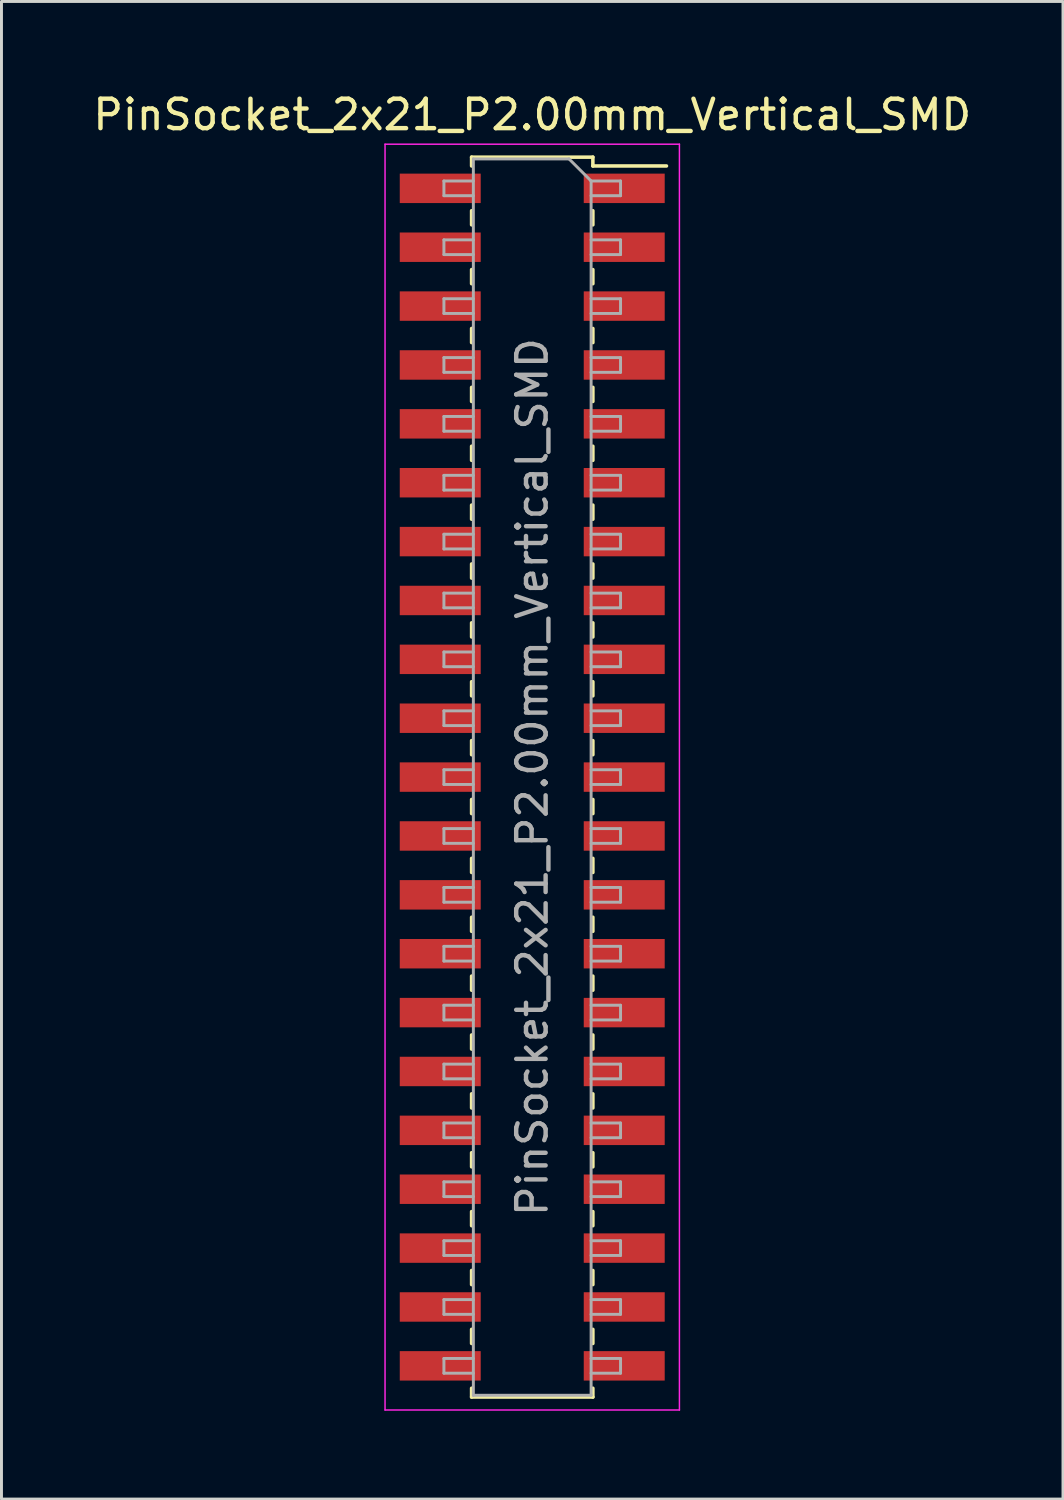
<source format=kicad_pcb>
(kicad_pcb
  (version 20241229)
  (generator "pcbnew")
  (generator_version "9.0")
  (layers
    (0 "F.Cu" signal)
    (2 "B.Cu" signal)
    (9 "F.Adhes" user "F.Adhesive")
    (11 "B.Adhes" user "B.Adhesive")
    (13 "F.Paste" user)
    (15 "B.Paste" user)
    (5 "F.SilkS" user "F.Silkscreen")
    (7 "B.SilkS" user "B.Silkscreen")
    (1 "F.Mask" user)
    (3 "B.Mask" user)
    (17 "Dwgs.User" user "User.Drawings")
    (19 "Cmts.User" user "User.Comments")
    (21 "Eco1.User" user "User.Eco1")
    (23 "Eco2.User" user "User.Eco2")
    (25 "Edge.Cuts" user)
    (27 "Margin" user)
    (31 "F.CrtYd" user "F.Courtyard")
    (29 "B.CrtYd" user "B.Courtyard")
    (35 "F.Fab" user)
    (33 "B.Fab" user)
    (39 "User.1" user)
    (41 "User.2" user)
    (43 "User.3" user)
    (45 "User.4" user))
  (footprint "PinSocket_2x21_P2.00mm_Vertical_SMD"
    (layer "F.Cu")
    (at 15.03 23.348)
    (property "Reference" "PinSocket_2x21_P2.00mm_Vertical_SMD" (at 0 -22.5 0) (layer "F.SilkS") (effects (font (size 1 1) (thickness 0.15))))
    (attr smd)
    (fp_line (start -2.06 -21.06) (end 2.06 -21.06) (stroke (width 0.12) (type solid)) (layer "F.SilkS"))
    (fp_line (start -2.06 -20.76) (end -2.06 -21.06) (stroke (width 0.12) (type solid)) (layer "F.SilkS"))
    (fp_line (start -2.06 -19.24) (end -2.06 -18.76) (stroke (width 0.12) (type solid)) (layer "F.SilkS"))
    (fp_line (start -2.06 -17.24) (end -2.06 -16.76) (stroke (width 0.12) (type solid)) (layer "F.SilkS"))
    (fp_line (start -2.06 -15.24) (end -2.06 -14.76) (stroke (width 0.12) (type solid)) (layer "F.SilkS"))
    (fp_line (start -2.06 -13.24) (end -2.06 -12.76) (stroke (width 0.12) (type solid)) (layer "F.SilkS"))
    (fp_line (start -2.06 -11.24) (end -2.06 -10.76) (stroke (width 0.12) (type solid)) (layer "F.SilkS"))
    (fp_line (start -2.06 -9.24) (end -2.06 -8.76) (stroke (width 0.12) (type solid)) (layer "F.SilkS"))
    (fp_line (start -2.06 -7.24) (end -2.06 -6.76) (stroke (width 0.12) (type solid)) (layer "F.SilkS"))
    (fp_line (start -2.06 -5.24) (end -2.06 -4.76) (stroke (width 0.12) (type solid)) (layer "F.SilkS"))
    (fp_line (start -2.06 -3.24) (end -2.06 -2.76) (stroke (width 0.12) (type solid)) (layer "F.SilkS"))
    (fp_line (start -2.06 -1.24) (end -2.06 -0.76) (stroke (width 0.12) (type solid)) (layer "F.SilkS"))
    (fp_line (start -2.06 0.76) (end -2.06 1.24) (stroke (width 0.12) (type solid)) (layer "F.SilkS"))
    (fp_line (start -2.06 2.76) (end -2.06 3.24) (stroke (width 0.12) (type solid)) (layer "F.SilkS"))
    (fp_line (start -2.06 4.76) (end -2.06 5.24) (stroke (width 0.12) (type solid)) (layer "F.SilkS"))
    (fp_line (start -2.06 6.76) (end -2.06 7.24) (stroke (width 0.12) (type solid)) (layer "F.SilkS"))
    (fp_line (start -2.06 8.76) (end -2.06 9.24) (stroke (width 0.12) (type solid)) (layer "F.SilkS"))
    (fp_line (start -2.06 10.76) (end -2.06 11.24) (stroke (width 0.12) (type solid)) (layer "F.SilkS"))
    (fp_line (start -2.06 12.76) (end -2.06 13.24) (stroke (width 0.12) (type solid)) (layer "F.SilkS"))
    (fp_line (start -2.06 14.76) (end -2.06 15.24) (stroke (width 0.12) (type solid)) (layer "F.SilkS"))
    (fp_line (start -2.06 16.76) (end -2.06 17.24) (stroke (width 0.12) (type solid)) (layer "F.SilkS"))
    (fp_line (start -2.06 18.76) (end -2.06 19.24) (stroke (width 0.12) (type solid)) (layer "F.SilkS"))
    (fp_line (start -2.06 21.06) (end -2.06 20.76) (stroke (width 0.12) (type solid)) (layer "F.SilkS"))
    (fp_line (start 2.06 -21.06) (end 2.06 -20.76) (stroke (width 0.12) (type solid)) (layer "F.SilkS"))
    (fp_line (start 2.06 -20.76) (end 4.56 -20.76) (stroke (width 0.12) (type solid)) (layer "F.SilkS"))
    (fp_line (start 2.06 -18.76) (end 2.06 -19.24) (stroke (width 0.12) (type solid)) (layer "F.SilkS"))
    (fp_line (start 2.06 -16.76) (end 2.06 -17.24) (stroke (width 0.12) (type solid)) (layer "F.SilkS"))
    (fp_line (start 2.06 -14.76) (end 2.06 -15.24) (stroke (width 0.12) (type solid)) (layer "F.SilkS"))
    (fp_line (start 2.06 -12.76) (end 2.06 -13.24) (stroke (width 0.12) (type solid)) (layer "F.SilkS"))
    (fp_line (start 2.06 -10.76) (end 2.06 -11.24) (stroke (width 0.12) (type solid)) (layer "F.SilkS"))
    (fp_line (start 2.06 -8.76) (end 2.06 -9.24) (stroke (width 0.12) (type solid)) (layer "F.SilkS"))
    (fp_line (start 2.06 -6.76) (end 2.06 -7.24) (stroke (width 0.12) (type solid)) (layer "F.SilkS"))
    (fp_line (start 2.06 -4.76) (end 2.06 -5.24) (stroke (width 0.12) (type solid)) (layer "F.SilkS"))
    (fp_line (start 2.06 -2.76) (end 2.06 -3.24) (stroke (width 0.12) (type solid)) (layer "F.SilkS"))
    (fp_line (start 2.06 -0.76) (end 2.06 -1.24) (stroke (width 0.12) (type solid)) (layer "F.SilkS"))
    (fp_line (start 2.06 1.24) (end 2.06 0.76) (stroke (width 0.12) (type solid)) (layer "F.SilkS"))
    (fp_line (start 2.06 3.24) (end 2.06 2.76) (stroke (width 0.12) (type solid)) (layer "F.SilkS"))
    (fp_line (start 2.06 5.24) (end 2.06 4.76) (stroke (width 0.12) (type solid)) (layer "F.SilkS"))
    (fp_line (start 2.06 7.24) (end 2.06 6.76) (stroke (width 0.12) (type solid)) (layer "F.SilkS"))
    (fp_line (start 2.06 9.24) (end 2.06 8.76) (stroke (width 0.12) (type solid)) (layer "F.SilkS"))
    (fp_line (start 2.06 11.24) (end 2.06 10.76) (stroke (width 0.12) (type solid)) (layer "F.SilkS"))
    (fp_line (start 2.06 13.24) (end 2.06 12.76) (stroke (width 0.12) (type solid)) (layer "F.SilkS"))
    (fp_line (start 2.06 15.24) (end 2.06 14.76) (stroke (width 0.12) (type solid)) (layer "F.SilkS"))
    (fp_line (start 2.06 17.24) (end 2.06 16.76) (stroke (width 0.12) (type solid)) (layer "F.SilkS"))
    (fp_line (start 2.06 19.24) (end 2.06 18.76) (stroke (width 0.12) (type solid)) (layer "F.SilkS"))
    (fp_line (start 2.06 20.76) (end 2.06 21.06) (stroke (width 0.12) (type solid)) (layer "F.SilkS"))
    (fp_line (start 2.06 21.06) (end -2.06 21.06) (stroke (width 0.12) (type solid)) (layer "F.SilkS"))
    (fp_line (start -5 -21.5) (end 5 -21.5) (stroke (width 0.05) (type solid)) (layer "F.CrtYd"))
    (fp_line (start -5 21.5) (end -5 -21.5) (stroke (width 0.05) (type solid)) (layer "F.CrtYd"))
    (fp_line (start 5 -21.5) (end 5 21.5) (stroke (width 0.05) (type solid)) (layer "F.CrtYd"))
    (fp_line (start 5 21.5) (end -5 21.5) (stroke (width 0.05) (type solid)) (layer "F.CrtYd"))
    (fp_line (start -3 -20.25) (end -2 -20.25) (stroke (width 0.1) (type solid)) (layer "F.Fab"))
    (fp_line (start -3 -19.75) (end -3 -20.25) (stroke (width 0.1) (type solid)) (layer "F.Fab"))
    (fp_line (start -3 -18.25) (end -2 -18.25) (stroke (width 0.1) (type solid)) (layer "F.Fab"))
    (fp_line (start -3 -17.75) (end -3 -18.25) (stroke (width 0.1) (type solid)) (layer "F.Fab"))
    (fp_line (start -3 -16.25) (end -2 -16.25) (stroke (width 0.1) (type solid)) (layer "F.Fab"))
    (fp_line (start -3 -15.75) (end -3 -16.25) (stroke (width 0.1) (type solid)) (layer "F.Fab"))
    (fp_line (start -3 -14.25) (end -2 -14.25) (stroke (width 0.1) (type solid)) (layer "F.Fab"))
    (fp_line (start -3 -13.75) (end -3 -14.25) (stroke (width 0.1) (type solid)) (layer "F.Fab"))
    (fp_line (start -3 -12.25) (end -2 -12.25) (stroke (width 0.1) (type solid)) (layer "F.Fab"))
    (fp_line (start -3 -11.75) (end -3 -12.25) (stroke (width 0.1) (type solid)) (layer "F.Fab"))
    (fp_line (start -3 -10.25) (end -2 -10.25) (stroke (width 0.1) (type solid)) (layer "F.Fab"))
    (fp_line (start -3 -9.75) (end -3 -10.25) (stroke (width 0.1) (type solid)) (layer "F.Fab"))
    (fp_line (start -3 -8.25) (end -2 -8.25) (stroke (width 0.1) (type solid)) (layer "F.Fab"))
    (fp_line (start -3 -7.75) (end -3 -8.25) (stroke (width 0.1) (type solid)) (layer "F.Fab"))
    (fp_line (start -3 -6.25) (end -2 -6.25) (stroke (width 0.1) (type solid)) (layer "F.Fab"))
    (fp_line (start -3 -5.75) (end -3 -6.25) (stroke (width 0.1) (type solid)) (layer "F.Fab"))
    (fp_line (start -3 -4.25) (end -2 -4.25) (stroke (width 0.1) (type solid)) (layer "F.Fab"))
    (fp_line (start -3 -3.75) (end -3 -4.25) (stroke (width 0.1) (type solid)) (layer "F.Fab"))
    (fp_line (start -3 -2.25) (end -2 -2.25) (stroke (width 0.1) (type solid)) (layer "F.Fab"))
    (fp_line (start -3 -1.75) (end -3 -2.25) (stroke (width 0.1) (type solid)) (layer "F.Fab"))
    (fp_line (start -3 -0.25) (end -2 -0.25) (stroke (width 0.1) (type solid)) (layer "F.Fab"))
    (fp_line (start -3 0.25) (end -3 -0.25) (stroke (width 0.1) (type solid)) (layer "F.Fab"))
    (fp_line (start -3 1.75) (end -2 1.75) (stroke (width 0.1) (type solid)) (layer "F.Fab"))
    (fp_line (start -3 2.25) (end -3 1.75) (stroke (width 0.1) (type solid)) (layer "F.Fab"))
    (fp_line (start -3 3.75) (end -2 3.75) (stroke (width 0.1) (type solid)) (layer "F.Fab"))
    (fp_line (start -3 4.25) (end -3 3.75) (stroke (width 0.1) (type solid)) (layer "F.Fab"))
    (fp_line (start -3 5.75) (end -2 5.75) (stroke (width 0.1) (type solid)) (layer "F.Fab"))
    (fp_line (start -3 6.25) (end -3 5.75) (stroke (width 0.1) (type solid)) (layer "F.Fab"))
    (fp_line (start -3 7.75) (end -2 7.75) (stroke (width 0.1) (type solid)) (layer "F.Fab"))
    (fp_line (start -3 8.25) (end -3 7.75) (stroke (width 0.1) (type solid)) (layer "F.Fab"))
    (fp_line (start -3 9.75) (end -2 9.75) (stroke (width 0.1) (type solid)) (layer "F.Fab"))
    (fp_line (start -3 10.25) (end -3 9.75) (stroke (width 0.1) (type solid)) (layer "F.Fab"))
    (fp_line (start -3 11.75) (end -2 11.75) (stroke (width 0.1) (type solid)) (layer "F.Fab"))
    (fp_line (start -3 12.25) (end -3 11.75) (stroke (width 0.1) (type solid)) (layer "F.Fab"))
    (fp_line (start -3 13.75) (end -2 13.75) (stroke (width 0.1) (type solid)) (layer "F.Fab"))
    (fp_line (start -3 14.25) (end -3 13.75) (stroke (width 0.1) (type solid)) (layer "F.Fab"))
    (fp_line (start -3 15.75) (end -2 15.75) (stroke (width 0.1) (type solid)) (layer "F.Fab"))
    (fp_line (start -3 16.25) (end -3 15.75) (stroke (width 0.1) (type solid)) (layer "F.Fab"))
    (fp_line (start -3 17.75) (end -2 17.75) (stroke (width 0.1) (type solid)) (layer "F.Fab"))
    (fp_line (start -3 18.25) (end -3 17.75) (stroke (width 0.1) (type solid)) (layer "F.Fab"))
    (fp_line (start -3 19.75) (end -2 19.75) (stroke (width 0.1) (type solid)) (layer "F.Fab"))
    (fp_line (start -3 20.25) (end -3 19.75) (stroke (width 0.1) (type solid)) (layer "F.Fab"))
    (fp_line (start -2 -21) (end 1.25 -21) (stroke (width 0.1) (type solid)) (layer "F.Fab"))
    (fp_line (start -2 -19.75) (end -3 -19.75) (stroke (width 0.1) (type solid)) (layer "F.Fab"))
    (fp_line (start -2 -17.75) (end -3 -17.75) (stroke (width 0.1) (type solid)) (layer "F.Fab"))
    (fp_line (start -2 -15.75) (end -3 -15.75) (stroke (width 0.1) (type solid)) (layer "F.Fab"))
    (fp_line (start -2 -13.75) (end -3 -13.75) (stroke (width 0.1) (type solid)) (layer "F.Fab"))
    (fp_line (start -2 -11.75) (end -3 -11.75) (stroke (width 0.1) (type solid)) (layer "F.Fab"))
    (fp_line (start -2 -9.75) (end -3 -9.75) (stroke (width 0.1) (type solid)) (layer "F.Fab"))
    (fp_line (start -2 -7.75) (end -3 -7.75) (stroke (width 0.1) (type solid)) (layer "F.Fab"))
    (fp_line (start -2 -5.75) (end -3 -5.75) (stroke (width 0.1) (type solid)) (layer "F.Fab"))
    (fp_line (start -2 -3.75) (end -3 -3.75) (stroke (width 0.1) (type solid)) (layer "F.Fab"))
    (fp_line (start -2 -1.75) (end -3 -1.75) (stroke (width 0.1) (type solid)) (layer "F.Fab"))
    (fp_line (start -2 0.25) (end -3 0.25) (stroke (width 0.1) (type solid)) (layer "F.Fab"))
    (fp_line (start -2 2.25) (end -3 2.25) (stroke (width 0.1) (type solid)) (layer "F.Fab"))
    (fp_line (start -2 4.25) (end -3 4.25) (stroke (width 0.1) (type solid)) (layer "F.Fab"))
    (fp_line (start -2 6.25) (end -3 6.25) (stroke (width 0.1) (type solid)) (layer "F.Fab"))
    (fp_line (start -2 8.25) (end -3 8.25) (stroke (width 0.1) (type solid)) (layer "F.Fab"))
    (fp_line (start -2 10.25) (end -3 10.25) (stroke (width 0.1) (type solid)) (layer "F.Fab"))
    (fp_line (start -2 12.25) (end -3 12.25) (stroke (width 0.1) (type solid)) (layer "F.Fab"))
    (fp_line (start -2 14.25) (end -3 14.25) (stroke (width 0.1) (type solid)) (layer "F.Fab"))
    (fp_line (start -2 16.25) (end -3 16.25) (stroke (width 0.1) (type solid)) (layer "F.Fab"))
    (fp_line (start -2 18.25) (end -3 18.25) (stroke (width 0.1) (type solid)) (layer "F.Fab"))
    (fp_line (start -2 20.25) (end -3 20.25) (stroke (width 0.1) (type solid)) (layer "F.Fab"))
    (fp_line (start -2 21) (end -2 -21) (stroke (width 0.1) (type solid)) (layer "F.Fab"))
    (fp_line (start 1.25 -21) (end 2 -20.25) (stroke (width 0.1) (type solid)) (layer "F.Fab"))
    (fp_line (start 2 -20.25) (end 2 21) (stroke (width 0.1) (type solid)) (layer "F.Fab"))
    (fp_line (start 2 -20.25) (end 3 -20.25) (stroke (width 0.1) (type solid)) (layer "F.Fab"))
    (fp_line (start 2 -18.25) (end 3 -18.25) (stroke (width 0.1) (type solid)) (layer "F.Fab"))
    (fp_line (start 2 -16.25) (end 3 -16.25) (stroke (width 0.1) (type solid)) (layer "F.Fab"))
    (fp_line (start 2 -14.25) (end 3 -14.25) (stroke (width 0.1) (type solid)) (layer "F.Fab"))
    (fp_line (start 2 -12.25) (end 3 -12.25) (stroke (width 0.1) (type solid)) (layer "F.Fab"))
    (fp_line (start 2 -10.25) (end 3 -10.25) (stroke (width 0.1) (type solid)) (layer "F.Fab"))
    (fp_line (start 2 -8.25) (end 3 -8.25) (stroke (width 0.1) (type solid)) (layer "F.Fab"))
    (fp_line (start 2 -6.25) (end 3 -6.25) (stroke (width 0.1) (type solid)) (layer "F.Fab"))
    (fp_line (start 2 -4.25) (end 3 -4.25) (stroke (width 0.1) (type solid)) (layer "F.Fab"))
    (fp_line (start 2 -2.25) (end 3 -2.25) (stroke (width 0.1) (type solid)) (layer "F.Fab"))
    (fp_line (start 2 -0.25) (end 3 -0.25) (stroke (width 0.1) (type solid)) (layer "F.Fab"))
    (fp_line (start 2 1.75) (end 3 1.75) (stroke (width 0.1) (type solid)) (layer "F.Fab"))
    (fp_line (start 2 3.75) (end 3 3.75) (stroke (width 0.1) (type solid)) (layer "F.Fab"))
    (fp_line (start 2 5.75) (end 3 5.75) (stroke (width 0.1) (type solid)) (layer "F.Fab"))
    (fp_line (start 2 7.75) (end 3 7.75) (stroke (width 0.1) (type solid)) (layer "F.Fab"))
    (fp_line (start 2 9.75) (end 3 9.75) (stroke (width 0.1) (type solid)) (layer "F.Fab"))
    (fp_line (start 2 11.75) (end 3 11.75) (stroke (width 0.1) (type solid)) (layer "F.Fab"))
    (fp_line (start 2 13.75) (end 3 13.75) (stroke (width 0.1) (type solid)) (layer "F.Fab"))
    (fp_line (start 2 15.75) (end 3 15.75) (stroke (width 0.1) (type solid)) (layer "F.Fab"))
    (fp_line (start 2 17.75) (end 3 17.75) (stroke (width 0.1) (type solid)) (layer "F.Fab"))
    (fp_line (start 2 19.75) (end 3 19.75) (stroke (width 0.1) (type solid)) (layer "F.Fab"))
    (fp_line (start 2 21) (end -2 21) (stroke (width 0.1) (type solid)) (layer "F.Fab"))
    (fp_line (start 3 -20.25) (end 3 -19.75) (stroke (width 0.1) (type solid)) (layer "F.Fab"))
    (fp_line (start 3 -19.75) (end 2 -19.75) (stroke (width 0.1) (type solid)) (layer "F.Fab"))
    (fp_line (start 3 -18.25) (end 3 -17.75) (stroke (width 0.1) (type solid)) (layer "F.Fab"))
    (fp_line (start 3 -17.75) (end 2 -17.75) (stroke (width 0.1) (type solid)) (layer "F.Fab"))
    (fp_line (start 3 -16.25) (end 3 -15.75) (stroke (width 0.1) (type solid)) (layer "F.Fab"))
    (fp_line (start 3 -15.75) (end 2 -15.75) (stroke (width 0.1) (type solid)) (layer "F.Fab"))
    (fp_line (start 3 -14.25) (end 3 -13.75) (stroke (width 0.1) (type solid)) (layer "F.Fab"))
    (fp_line (start 3 -13.75) (end 2 -13.75) (stroke (width 0.1) (type solid)) (layer "F.Fab"))
    (fp_line (start 3 -12.25) (end 3 -11.75) (stroke (width 0.1) (type solid)) (layer "F.Fab"))
    (fp_line (start 3 -11.75) (end 2 -11.75) (stroke (width 0.1) (type solid)) (layer "F.Fab"))
    (fp_line (start 3 -10.25) (end 3 -9.75) (stroke (width 0.1) (type solid)) (layer "F.Fab"))
    (fp_line (start 3 -9.75) (end 2 -9.75) (stroke (width 0.1) (type solid)) (layer "F.Fab"))
    (fp_line (start 3 -8.25) (end 3 -7.75) (stroke (width 0.1) (type solid)) (layer "F.Fab"))
    (fp_line (start 3 -7.75) (end 2 -7.75) (stroke (width 0.1) (type solid)) (layer "F.Fab"))
    (fp_line (start 3 -6.25) (end 3 -5.75) (stroke (width 0.1) (type solid)) (layer "F.Fab"))
    (fp_line (start 3 -5.75) (end 2 -5.75) (stroke (width 0.1) (type solid)) (layer "F.Fab"))
    (fp_line (start 3 -4.25) (end 3 -3.75) (stroke (width 0.1) (type solid)) (layer "F.Fab"))
    (fp_line (start 3 -3.75) (end 2 -3.75) (stroke (width 0.1) (type solid)) (layer "F.Fab"))
    (fp_line (start 3 -2.25) (end 3 -1.75) (stroke (width 0.1) (type solid)) (layer "F.Fab"))
    (fp_line (start 3 -1.75) (end 2 -1.75) (stroke (width 0.1) (type solid)) (layer "F.Fab"))
    (fp_line (start 3 -0.25) (end 3 0.25) (stroke (width 0.1) (type solid)) (layer "F.Fab"))
    (fp_line (start 3 0.25) (end 2 0.25) (stroke (width 0.1) (type solid)) (layer "F.Fab"))
    (fp_line (start 3 1.75) (end 3 2.25) (stroke (width 0.1) (type solid)) (layer "F.Fab"))
    (fp_line (start 3 2.25) (end 2 2.25) (stroke (width 0.1) (type solid)) (layer "F.Fab"))
    (fp_line (start 3 3.75) (end 3 4.25) (stroke (width 0.1) (type solid)) (layer "F.Fab"))
    (fp_line (start 3 4.25) (end 2 4.25) (stroke (width 0.1) (type solid)) (layer "F.Fab"))
    (fp_line (start 3 5.75) (end 3 6.25) (stroke (width 0.1) (type solid)) (layer "F.Fab"))
    (fp_line (start 3 6.25) (end 2 6.25) (stroke (width 0.1) (type solid)) (layer "F.Fab"))
    (fp_line (start 3 7.75) (end 3 8.25) (stroke (width 0.1) (type solid)) (layer "F.Fab"))
    (fp_line (start 3 8.25) (end 2 8.25) (stroke (width 0.1) (type solid)) (layer "F.Fab"))
    (fp_line (start 3 9.75) (end 3 10.25) (stroke (width 0.1) (type solid)) (layer "F.Fab"))
    (fp_line (start 3 10.25) (end 2 10.25) (stroke (width 0.1) (type solid)) (layer "F.Fab"))
    (fp_line (start 3 11.75) (end 3 12.25) (stroke (width 0.1) (type solid)) (layer "F.Fab"))
    (fp_line (start 3 12.25) (end 2 12.25) (stroke (width 0.1) (type solid)) (layer "F.Fab"))
    (fp_line (start 3 13.75) (end 3 14.25) (stroke (width 0.1) (type solid)) (layer "F.Fab"))
    (fp_line (start 3 14.25) (end 2 14.25) (stroke (width 0.1) (type solid)) (layer "F.Fab"))
    (fp_line (start 3 15.75) (end 3 16.25) (stroke (width 0.1) (type solid)) (layer "F.Fab"))
    (fp_line (start 3 16.25) (end 2 16.25) (stroke (width 0.1) (type solid)) (layer "F.Fab"))
    (fp_line (start 3 17.75) (end 3 18.25) (stroke (width 0.1) (type solid)) (layer "F.Fab"))
    (fp_line (start 3 18.25) (end 2 18.25) (stroke (width 0.1) (type solid)) (layer "F.Fab"))
    (fp_line (start 3 19.75) (end 3 20.25) (stroke (width 0.1) (type solid)) (layer "F.Fab"))
    (fp_line (start 3 20.25) (end 2 20.25) (stroke (width 0.1) (type solid)) (layer "F.Fab"))
    (fp_text user "${REFERENCE}" (at 0 0 90) (layer "F.Fab") (effects (font (size 1 1) (thickness 0.15))))
    (pad "1" smd rect (at 3.125 -20) (size 2.75 1) (layers "F.Cu" "F.Mask" "F.Paste"))
    (pad "2" smd rect (at -3.125 -20) (size 2.75 1) (layers "F.Cu" "F.Mask" "F.Paste"))
    (pad "3" smd rect (at 3.125 -18) (size 2.75 1) (layers "F.Cu" "F.Mask" "F.Paste"))
    (pad "4" smd rect (at -3.125 -18) (size 2.75 1) (layers "F.Cu" "F.Mask" "F.Paste"))
    (pad "5" smd rect (at 3.125 -16) (size 2.75 1) (layers "F.Cu" "F.Mask" "F.Paste"))
    (pad "6" smd rect (at -3.125 -16) (size 2.75 1) (layers "F.Cu" "F.Mask" "F.Paste"))
    (pad "7" smd rect (at 3.125 -14) (size 2.75 1) (layers "F.Cu" "F.Mask" "F.Paste"))
    (pad "8" smd rect (at -3.125 -14) (size 2.75 1) (layers "F.Cu" "F.Mask" "F.Paste"))
    (pad "9" smd rect (at 3.125 -12) (size 2.75 1) (layers "F.Cu" "F.Mask" "F.Paste"))
    (pad "10" smd rect (at -3.125 -12) (size 2.75 1) (layers "F.Cu" "F.Mask" "F.Paste"))
    (pad "11" smd rect (at 3.125 -10) (size 2.75 1) (layers "F.Cu" "F.Mask" "F.Paste"))
    (pad "12" smd rect (at -3.125 -10) (size 2.75 1) (layers "F.Cu" "F.Mask" "F.Paste"))
    (pad "13" smd rect (at 3.125 -8) (size 2.75 1) (layers "F.Cu" "F.Mask" "F.Paste"))
    (pad "14" smd rect (at -3.125 -8) (size 2.75 1) (layers "F.Cu" "F.Mask" "F.Paste"))
    (pad "15" smd rect (at 3.125 -6) (size 2.75 1) (layers "F.Cu" "F.Mask" "F.Paste"))
    (pad "16" smd rect (at -3.125 -6) (size 2.75 1) (layers "F.Cu" "F.Mask" "F.Paste"))
    (pad "17" smd rect (at 3.125 -4) (size 2.75 1) (layers "F.Cu" "F.Mask" "F.Paste"))
    (pad "18" smd rect (at -3.125 -4) (size 2.75 1) (layers "F.Cu" "F.Mask" "F.Paste"))
    (pad "19" smd rect (at 3.125 -2) (size 2.75 1) (layers "F.Cu" "F.Mask" "F.Paste"))
    (pad "20" smd rect (at -3.125 -2) (size 2.75 1) (layers "F.Cu" "F.Mask" "F.Paste"))
    (pad "21" smd rect (at 3.125 0) (size 2.75 1) (layers "F.Cu" "F.Mask" "F.Paste"))
    (pad "22" smd rect (at -3.125 0) (size 2.75 1) (layers "F.Cu" "F.Mask" "F.Paste"))
    (pad "23" smd rect (at 3.125 2) (size 2.75 1) (layers "F.Cu" "F.Mask" "F.Paste"))
    (pad "24" smd rect (at -3.125 2) (size 2.75 1) (layers "F.Cu" "F.Mask" "F.Paste"))
    (pad "25" smd rect (at 3.125 4) (size 2.75 1) (layers "F.Cu" "F.Mask" "F.Paste"))
    (pad "26" smd rect (at -3.125 4) (size 2.75 1) (layers "F.Cu" "F.Mask" "F.Paste"))
    (pad "27" smd rect (at 3.125 6) (size 2.75 1) (layers "F.Cu" "F.Mask" "F.Paste"))
    (pad "28" smd rect (at -3.125 6) (size 2.75 1) (layers "F.Cu" "F.Mask" "F.Paste"))
    (pad "29" smd rect (at 3.125 8) (size 2.75 1) (layers "F.Cu" "F.Mask" "F.Paste"))
    (pad "30" smd rect (at -3.125 8) (size 2.75 1) (layers "F.Cu" "F.Mask" "F.Paste"))
    (pad "31" smd rect (at 3.125 10) (size 2.75 1) (layers "F.Cu" "F.Mask" "F.Paste"))
    (pad "32" smd rect (at -3.125 10) (size 2.75 1) (layers "F.Cu" "F.Mask" "F.Paste"))
    (pad "33" smd rect (at 3.125 12) (size 2.75 1) (layers "F.Cu" "F.Mask" "F.Paste"))
    (pad "34" smd rect (at -3.125 12) (size 2.75 1) (layers "F.Cu" "F.Mask" "F.Paste"))
    (pad "35" smd rect (at 3.125 14) (size 2.75 1) (layers "F.Cu" "F.Mask" "F.Paste"))
    (pad "36" smd rect (at -3.125 14) (size 2.75 1) (layers "F.Cu" "F.Mask" "F.Paste"))
    (pad "37" smd rect (at 3.125 16) (size 2.75 1) (layers "F.Cu" "F.Mask" "F.Paste"))
    (pad "38" smd rect (at -3.125 16) (size 2.75 1) (layers "F.Cu" "F.Mask" "F.Paste"))
    (pad "39" smd rect (at 3.125 18) (size 2.75 1) (layers "F.Cu" "F.Mask" "F.Paste"))
    (pad "40" smd rect (at -3.125 18) (size 2.75 1) (layers "F.Cu" "F.Mask" "F.Paste"))
    (pad "41" smd rect (at 3.125 20) (size 2.75 1) (layers "F.Cu" "F.Mask" "F.Paste"))
    (pad "42" smd rect (at -3.125 20) (size 2.75 1) (layers "F.Cu" "F.Mask" "F.Paste")))
  (gr_rect
    (start -3 -3)
    (end 33.06 47.873)
    (stroke (width 0.1) (type default))
    (fill no)
    (layer "Edge.Cuts")))
</source>
